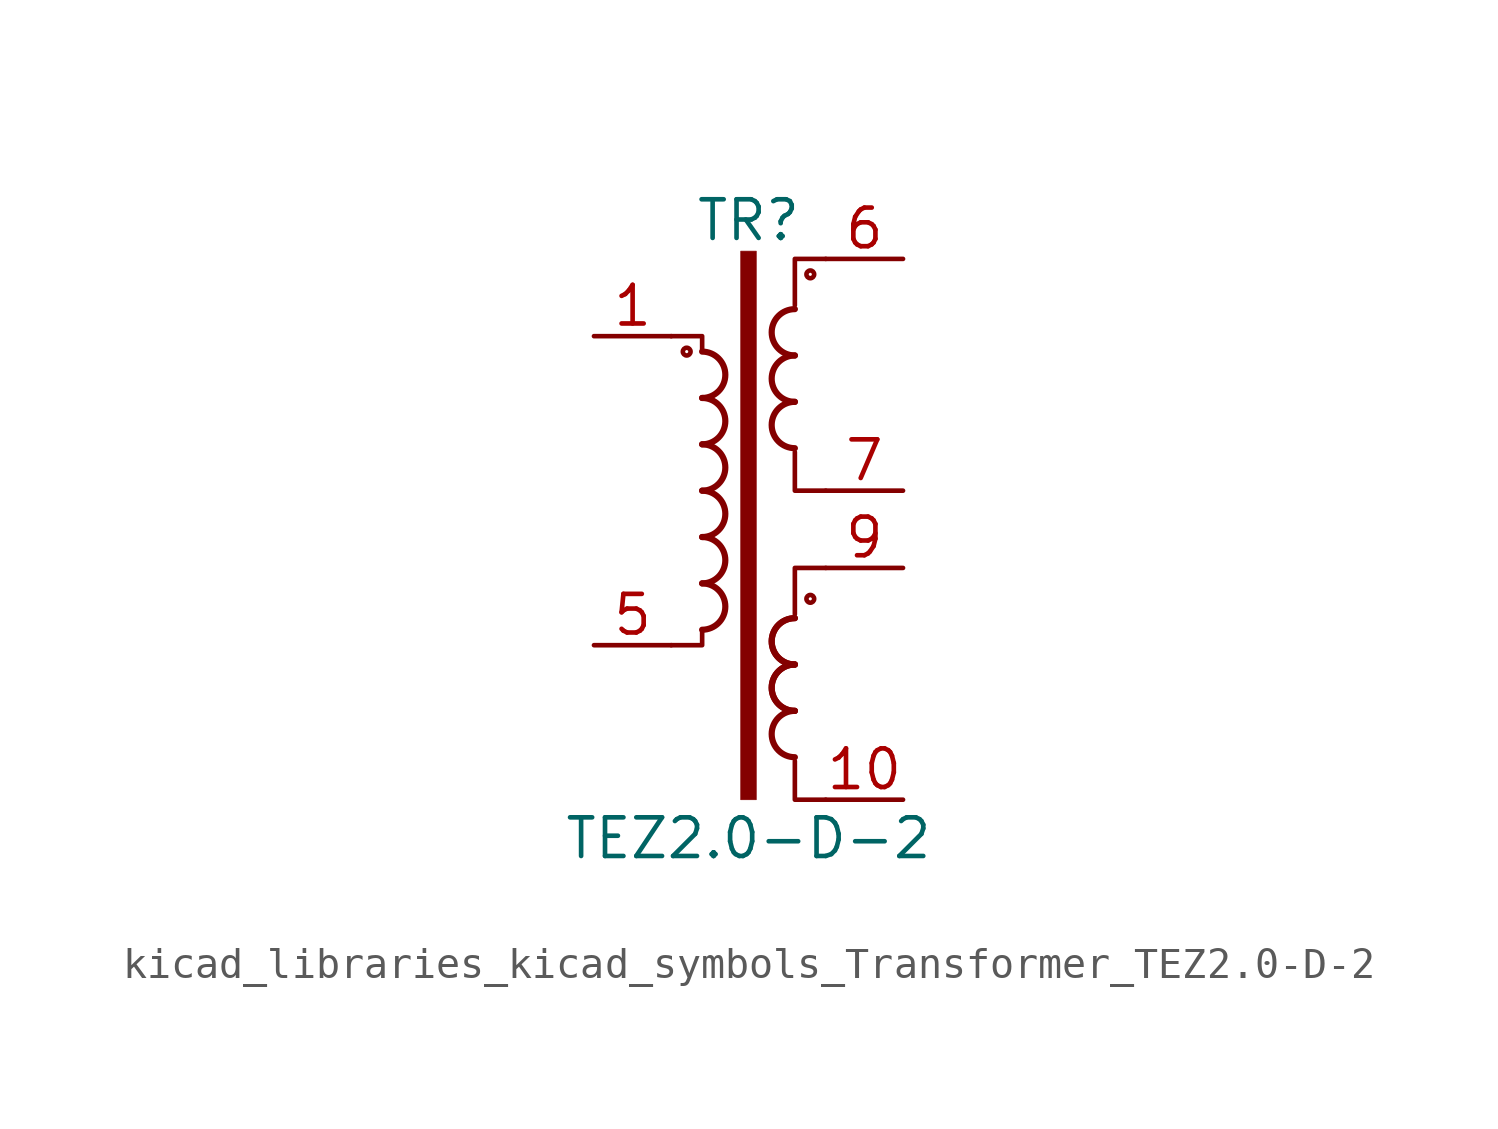
<source format=kicad_sym>
(kicad_symbol_lib
  (version 20220914)
  (generator kicad_symbol_editor)
  (symbol "kicad_libraries_kicad_symbols_Transformer_TEZ2.0-D-2"
    (pin_names
      (offset 0.025))
    (property "Reference" "TR"
      (at 0 8.89 0)
      (effects (font (size 1.27 1.27))))
    (property "Value" "TEZ2.0-D-2"
      (at 0 -11.43 0)
      (effects (font (size 1.27 1.27))))
    (symbol "kicad_libraries_kicad_symbols_Transformer_TEZ2.0-D-2_0_1"
      (circle (center -2.032 4.572) (radius 0.127) (stroke (width 0) (type default)) (fill (type none)))
      (arc (start -1.524 -4.572) (mid -0.7653 -3.81) (end -1.524 -3.048) (stroke (width 0.2032) (type default)) (fill (type none)))
      (arc (start -1.524 -3.048) (mid -0.7653 -2.286) (end -1.524 -1.524) (stroke (width 0.2032) (type default)) (fill (type none)))
      (arc (start -1.524 -1.524) (mid -0.7653 -0.762) (end -1.524 0) (stroke (width 0.2032) (type default)) (fill (type none)))
      (arc (start -1.524 0) (mid -0.7653 0.762) (end -1.524 1.524) (stroke (width 0.2032) (type default)) (fill (type none)))
      (arc (start -1.524 1.524) (mid -0.7653 2.286) (end -1.524 3.048) (stroke (width 0.2032) (type default)) (fill (type none)))
      (arc (start -1.524 3.048) (mid -0.7653 3.81) (end -1.524 4.572) (stroke (width 0.2032) (type default)) (fill (type none)))
      (rectangle (start -0.254 7.874) (end 0.254 -10.16) (stroke (width 0.025) (type default)) (fill (type outline)))
      (polyline (pts (xy -1.524 -4.572) (xy -1.524 -5.08) (xy -2.54 -5.08)) (stroke (width 0) (type default)) (fill (type none)))
      (polyline (pts (xy -1.524 4.572) (xy -1.524 5.08) (xy -2.54 5.08)) (stroke (width 0) (type default)) (fill (type none)))
      (polyline (pts (xy 1.524 -8.89) (xy 1.524 -10.16) (xy 2.54 -10.16)) (stroke (width 0) (type default)) (fill (type none)))
      (polyline (pts (xy 2.54 -2.54) (xy 1.524 -2.54) (xy 1.524 -4.064)) (stroke (width 0) (type default)) (fill (type none)))
      (polyline (pts (xy 2.54 0) (xy 1.524 0) (xy 1.524 1.27)) (stroke (width 0) (type default)) (fill (type none)))
      (polyline (pts (xy 2.54 7.62) (xy 1.524 7.62) (xy 1.524 6.096)) (stroke (width 0) (type default)) (fill (type none)))
      (arc (start 1.524 -7.239) (mid 0.7653 -8.001) (end 1.524 -8.763) (stroke (width 0.2032) (type default)) (fill (type none)))
      (arc (start 1.524 -5.715) (mid 0.7653 -6.477) (end 1.524 -7.239) (stroke (width 0.2032) (type default)) (fill (type none)))
      (arc (start 1.524 -5.715) (mid 0.7653 -6.477) (end 1.524 -7.239) (stroke (width 0.2032) (type default)) (fill (type none)))
      (arc (start 1.524 -4.191) (mid 0.7653 -4.953) (end 1.524 -5.715) (stroke (width 0.2032) (type default)) (fill (type none)))
      (arc (start 1.524 -4.191) (mid 0.7653 -4.953) (end 1.524 -5.715) (stroke (width 0.2032) (type default)) (fill (type none)))
      (arc (start 1.524 2.921) (mid 0.7653 2.159) (end 1.524 1.397) (stroke (width 0.2032) (type default)) (fill (type none)))
      (arc (start 1.524 4.445) (mid 0.7653 3.683) (end 1.524 2.921) (stroke (width 0.2032) (type default)) (fill (type none)))
      (arc (start 1.524 5.969) (mid 0.7653 5.207) (end 1.524 4.445) (stroke (width 0.2032) (type default)) (fill (type none)))
      (circle (center 2.032 -3.556) (radius 0.127) (stroke (width 0) (type default)) (fill (type none)))
      (circle (center 2.032 7.112) (radius 0.127) (stroke (width 0) (type default)) (fill (type none))))
    (symbol "kicad_libraries_kicad_symbols_Transformer_TEZ2.0-D-2_1_1"
      (pin passive line (at -5.08 5.08 0) (length 2.54) (name "~" (effects (font (size 1.27 1.27)))) (number "1" (effects (font (size 1.27 1.27)))))
      (pin passive line (at 5.08 -10.16 180) (length 2.54) (name "~" (effects (font (size 1.27 1.27)))) (number "10" (effects (font (size 1.27 1.27)))))
      (pin passive line (at -5.08 -5.08 0) (length 2.54) (name "~" (effects (font (size 1.27 1.27)))) (number "5" (effects (font (size 1.27 1.27)))))
      (pin passive line (at 5.08 7.62 180) (length 2.54) (name "~" (effects (font (size 1.27 1.27)))) (number "6" (effects (font (size 1.27 1.27)))))
      (pin passive line (at 5.08 0 180) (length 2.54) (name "~" (effects (font (size 1.27 1.27)))) (number "7" (effects (font (size 1.27 1.27)))))
      (pin passive line (at 5.08 -2.54 180) (length 2.54) (name "~" (effects (font (size 1.27 1.27)))) (number "9" (effects (font (size 1.27 1.27))))))))
</source>
